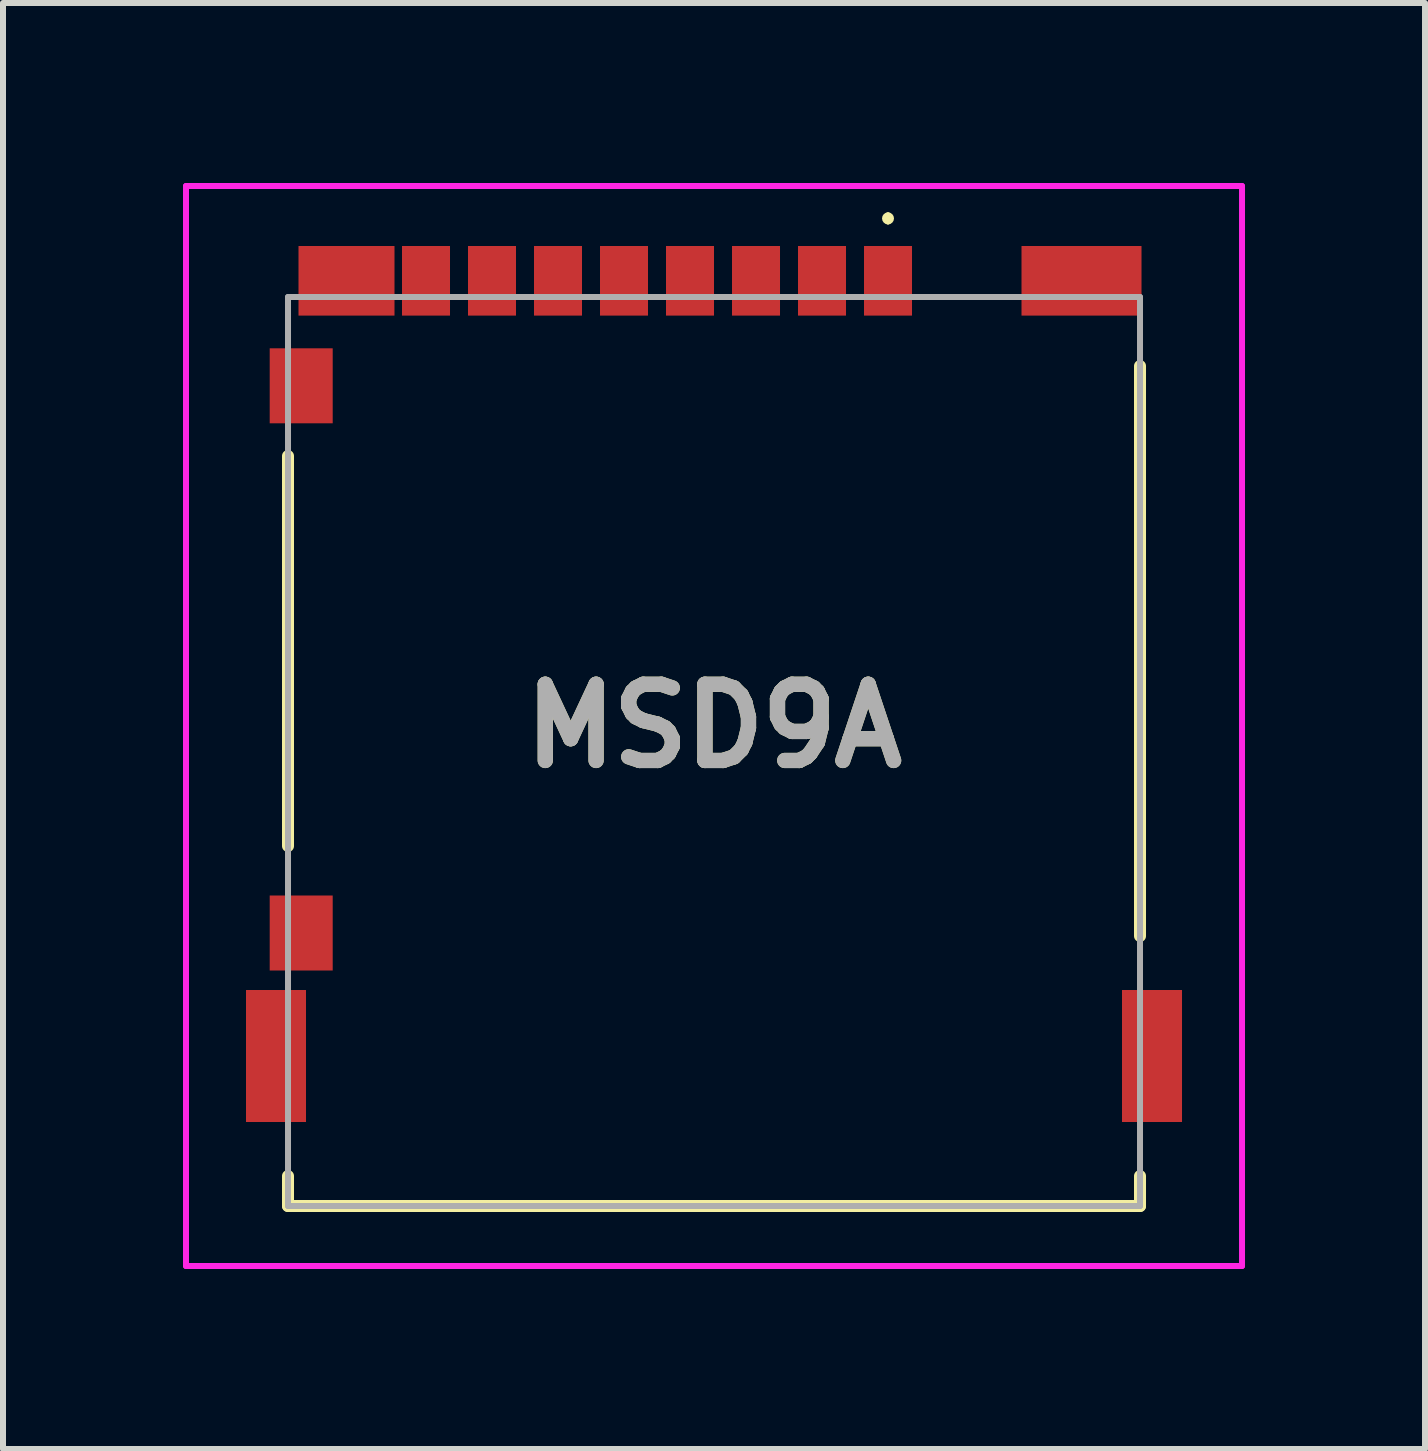
<source format=kicad_pcb>
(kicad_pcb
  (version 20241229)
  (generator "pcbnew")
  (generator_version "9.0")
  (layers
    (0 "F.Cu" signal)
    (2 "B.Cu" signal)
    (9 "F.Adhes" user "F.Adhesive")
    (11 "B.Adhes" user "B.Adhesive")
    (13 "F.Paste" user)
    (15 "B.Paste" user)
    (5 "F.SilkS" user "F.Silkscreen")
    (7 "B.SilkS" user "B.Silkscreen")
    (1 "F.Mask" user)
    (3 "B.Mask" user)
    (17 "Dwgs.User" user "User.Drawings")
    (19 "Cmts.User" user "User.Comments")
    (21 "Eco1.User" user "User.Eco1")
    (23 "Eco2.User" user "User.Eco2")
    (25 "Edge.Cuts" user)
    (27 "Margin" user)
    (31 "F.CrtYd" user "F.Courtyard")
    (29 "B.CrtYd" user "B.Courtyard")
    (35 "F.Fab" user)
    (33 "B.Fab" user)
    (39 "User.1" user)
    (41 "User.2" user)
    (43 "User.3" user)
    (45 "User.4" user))
  (footprint "MSD9A"
    (layer "F.Cu")
    (at 8.85 9.05)
    (property "Reference" "MSD9A" (at 0 0 0) (layer "F.SilkS") (effects (font (size 1.27 1.27) (thickness 0.254))))
    (attr smd)
    (fp_line (start -7.1 -4.5) (end -7.1 2) (stroke (width 0.2) (type solid)) (layer "F.SilkS"))
    (fp_line (start -7.1 7.5) (end -7.1 8) (stroke (width 0.2) (type solid)) (layer "F.SilkS"))
    (fp_line (start -7.1 8) (end 7.1 8) (stroke (width 0.2) (type solid)) (layer "F.SilkS"))
    (fp_line (start 2.9 -8.51) (end 2.9 -8.51) (stroke (width 0.1) (type solid)) (layer "F.SilkS"))
    (fp_line (start 2.9 -8.41) (end 2.9 -8.41) (stroke (width 0.1) (type solid)) (layer "F.SilkS"))
    (fp_line (start 7.1 -6) (end 7.1 3.5) (stroke (width 0.2) (type solid)) (layer "F.SilkS"))
    (fp_line (start 7.1 8) (end 7.1 7.5) (stroke (width 0.2) (type solid)) (layer "F.SilkS"))
    (fp_arc (start 2.9 -8.51) (mid 2.95 -8.46) (end 2.9 -8.41) (stroke (width 0.1) (type solid)) (layer "F.SilkS"))
    (fp_arc (start 2.9 -8.41) (mid 2.85 -8.46) (end 2.9 -8.51) (stroke (width 0.1) (type solid)) (layer "F.SilkS"))
    (fp_line (start -8.8 -9) (end 8.8 -9) (stroke (width 0.1) (type solid)) (layer "F.CrtYd"))
    (fp_line (start -8.8 9) (end -8.8 -9) (stroke (width 0.1) (type solid)) (layer "F.CrtYd"))
    (fp_line (start 8.8 -9) (end 8.8 9) (stroke (width 0.1) (type solid)) (layer "F.CrtYd"))
    (fp_line (start 8.8 9) (end -8.8 9) (stroke (width 0.1) (type solid)) (layer "F.CrtYd"))
    (fp_line (start -7.1 -7.15) (end 7.1 -7.15) (stroke (width 0.1) (type solid)) (layer "F.Fab"))
    (fp_line (start -7.1 8) (end -7.1 -7.15) (stroke (width 0.1) (type solid)) (layer "F.Fab"))
    (fp_line (start 7.1 -7.15) (end 7.1 8) (stroke (width 0.1) (type solid)) (layer "F.Fab"))
    (fp_line (start 7.1 8) (end -7.1 8) (stroke (width 0.1) (type solid)) (layer "F.Fab"))
    (fp_text user "${REFERENCE}" (at 0 0 0) (layer "F.Fab") (effects (font (size 1.27 1.27) (thickness 0.254))))
    (pad "1" smd rect (at 2.9 -7.42) (size 0.8 1.16) (layers "F.Cu" "F.Mask" "F.Paste"))
    (pad "2" smd rect (at 1.8 -7.42) (size 0.8 1.16) (layers "F.Cu" "F.Mask" "F.Paste"))
    (pad "3" smd rect (at 0.7 -7.42) (size 0.8 1.16) (layers "F.Cu" "F.Mask" "F.Paste"))
    (pad "4" smd rect (at -0.4 -7.42) (size 0.8 1.16) (layers "F.Cu" "F.Mask" "F.Paste"))
    (pad "5" smd rect (at -1.5 -7.42) (size 0.8 1.16) (layers "F.Cu" "F.Mask" "F.Paste"))
    (pad "6" smd rect (at -2.6 -7.42) (size 0.8 1.16) (layers "F.Cu" "F.Mask" "F.Paste"))
    (pad "7" smd rect (at -3.7 -7.42) (size 0.8 1.16) (layers "F.Cu" "F.Mask" "F.Paste"))
    (pad "8" smd rect (at -4.8 -7.42) (size 0.8 1.16) (layers "F.Cu" "F.Mask" "F.Paste"))
    (pad "9" smd rect (at -6.88 3.45) (size 1.05 1.25) (layers "F.Cu" "F.Mask" "F.Paste"))
    (pad "10" smd rect (at -6.88 -5.67) (size 1.05 1.25) (layers "F.Cu" "F.Mask" "F.Paste"))
    (pad "11" smd rect (at -7.3 5.5) (size 1 2.2) (layers "F.Cu" "F.Mask" "F.Paste"))
    (pad "12" smd rect (at 7.3 5.5) (size 1 2.2) (layers "F.Cu" "F.Mask" "F.Paste"))
    (pad "13" smd rect (at 6.125 -7.42 90) (size 1.16 2) (layers "F.Cu" "F.Mask" "F.Paste"))
    (pad "14" smd rect (at -6.125 -7.42 90) (size 1.16 1.6) (layers "F.Cu" "F.Mask" "F.Paste")))
  (gr_rect
    (start -3 -3)
    (end 20.7 21.1)
    (stroke (width 0.1) (type default))
    (fill no)
    (layer "Edge.Cuts")))
</source>
